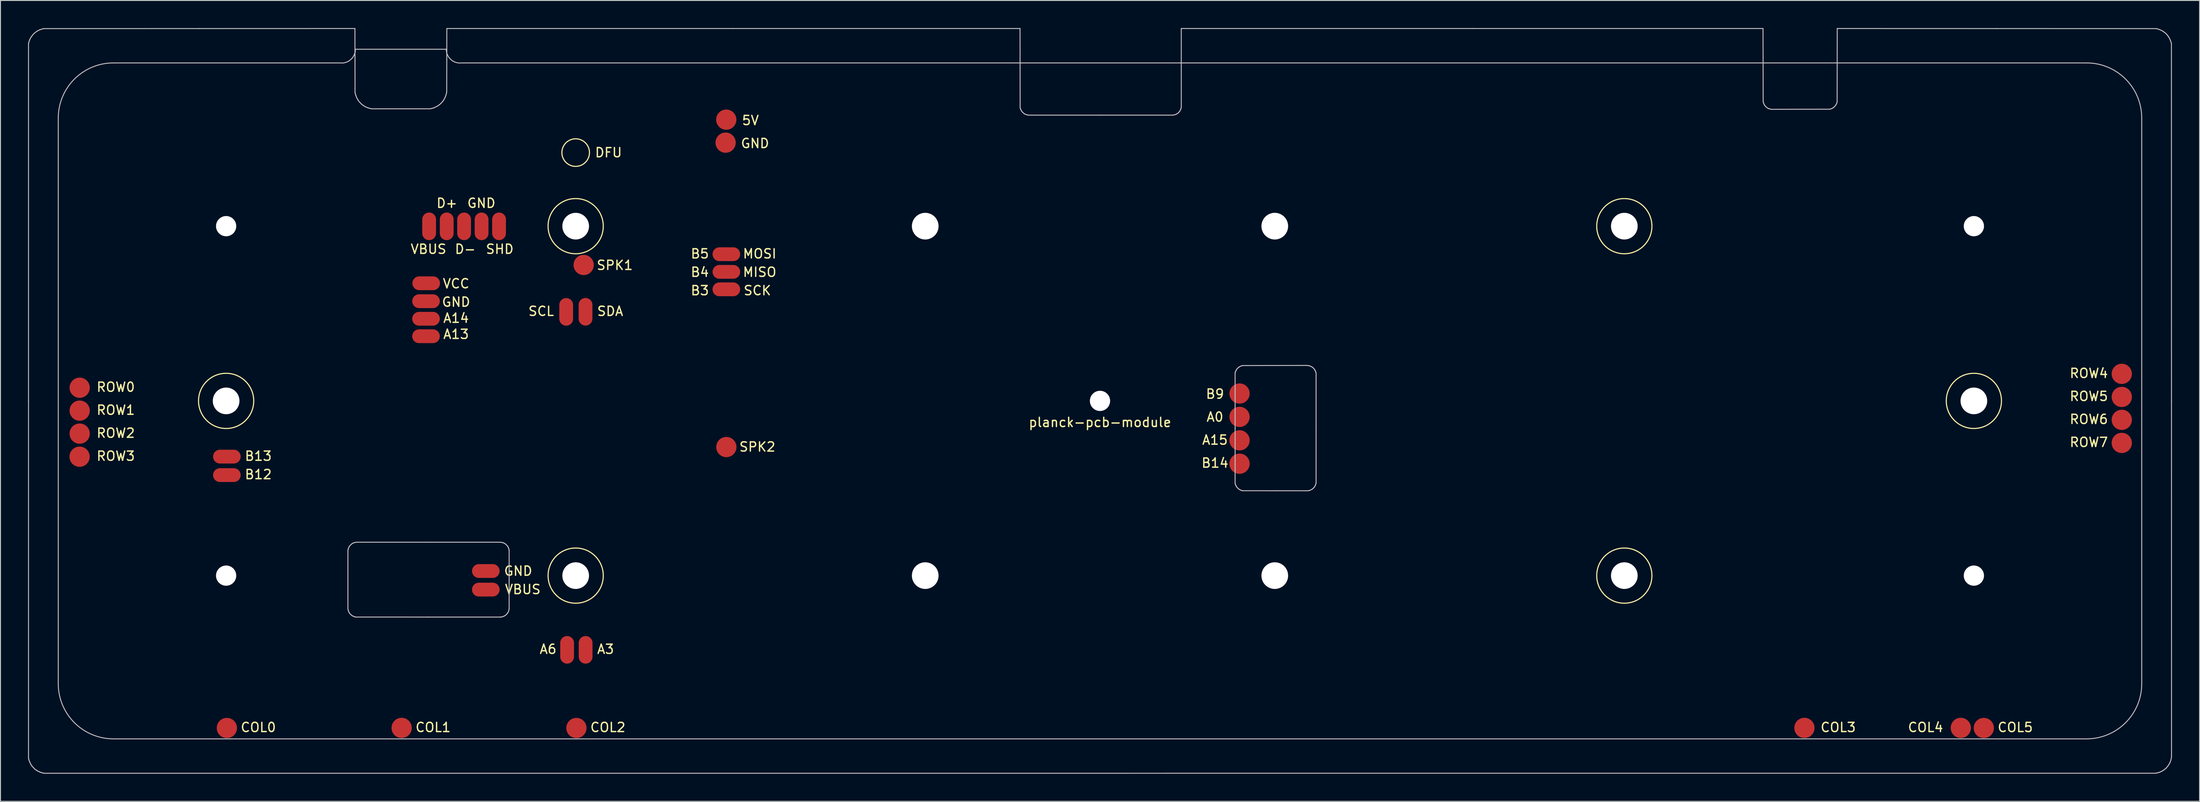
<source format=kicad_pcb>
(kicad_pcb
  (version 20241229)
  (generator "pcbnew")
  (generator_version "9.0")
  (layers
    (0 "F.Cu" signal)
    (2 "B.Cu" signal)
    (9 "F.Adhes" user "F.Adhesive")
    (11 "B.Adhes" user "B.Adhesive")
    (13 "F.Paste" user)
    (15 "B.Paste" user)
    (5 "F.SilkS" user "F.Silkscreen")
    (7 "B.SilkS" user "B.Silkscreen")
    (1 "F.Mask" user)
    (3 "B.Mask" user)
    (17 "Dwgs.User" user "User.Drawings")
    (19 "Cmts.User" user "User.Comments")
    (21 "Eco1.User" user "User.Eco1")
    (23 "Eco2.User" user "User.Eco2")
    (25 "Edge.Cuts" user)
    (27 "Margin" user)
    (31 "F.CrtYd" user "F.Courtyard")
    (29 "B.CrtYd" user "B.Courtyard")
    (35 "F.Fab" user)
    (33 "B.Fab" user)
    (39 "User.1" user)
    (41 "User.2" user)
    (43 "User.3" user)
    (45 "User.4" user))
  (footprint "planck-pcb-module"
    (layer "F.Cu")
    (at 116.533 40.542)
    (property "Reference" "planck-pcb-module" (at 0 2.33 0) (layer "F.SilkS") (effects (font (size 1 1) (thickness 0.15))))
    (attr through_hole)
    (fp_circle (center -95 0) (end -95 3) (stroke (width 0.12) (type solid)) (fill no) (layer "F.SilkS"))
    (fp_circle (center -57 -27) (end -55.5 -27) (stroke (width 0.12) (type solid)) (fill no) (layer "F.SilkS"))
    (fp_circle (center -57 -19) (end -57 -16) (stroke (width 0.12) (type solid)) (fill no) (layer "F.SilkS"))
    (fp_circle (center -57 19) (end -57 22) (stroke (width 0.12) (type solid)) (fill no) (layer "F.SilkS"))
    (fp_circle (center 57 -19) (end 57 -16) (stroke (width 0.12) (type solid)) (fill no) (layer "F.SilkS"))
    (fp_circle (center 57 19) (end 57 22) (stroke (width 0.12) (type solid)) (fill no) (layer "F.SilkS"))
    (fp_circle (center 95 0) (end 95 3) (stroke (width 0.12) (type solid)) (fill no) (layer "F.SilkS"))
    (fp_line (start -57.348 -19.472) (end -56.919 -19.272) (stroke (width 0.1) (type solid)) (layer "B.SilkS"))
    (fp_line (start -57.348 -19.072) (end -56.748 -19.072) (stroke (width 0.1) (type solid)) (layer "B.SilkS"))
    (fp_line (start -56.919 -19.272) (end -57.348 -19.072) (stroke (width 0.1) (type solid)) (layer "B.SilkS"))
    (fp_line (start -56.748 -19.472) (end -57.348 -19.472) (stroke (width 0.1) (type solid)) (layer "B.SilkS"))
    (fp_line (start -56.748 -18.643) (end -57.348 -18.643) (stroke (width 0.1) (type solid)) (layer "B.SilkS"))
    (fp_line (start -116.483 -38.873) (end -116.483 -0.00025) (stroke (width 0.1) (type solid)) (layer "Dwgs.User"))
    (fp_line (start -116.483 -0.00025) (end -116.483 38.872) (stroke (width 0.1) (type solid)) (layer "Dwgs.User"))
    (fp_line (start -116.483 38.872) (end -116.445 39.01) (stroke (width 0.1) (type solid)) (layer "Dwgs.User"))
    (fp_line (start -116.445 39.01) (end -116.406 39.147) (stroke (width 0.1) (type solid)) (layer "Dwgs.User"))
    (fp_line (start -116.424 -39.062) (end -116.483 -38.873) (stroke (width 0.1) (type solid)) (layer "Dwgs.User"))
    (fp_line (start -116.406 39.147) (end -116.314 39.342) (stroke (width 0.1) (type solid)) (layer "Dwgs.User"))
    (fp_line (start -116.365 -39.252) (end -116.424 -39.062) (stroke (width 0.1) (type solid)) (layer "Dwgs.User"))
    (fp_line (start -116.314 39.342) (end -116.223 39.536) (stroke (width 0.1) (type solid)) (layer "Dwgs.User"))
    (fp_line (start -116.281 -39.412) (end -116.365 -39.252) (stroke (width 0.1) (type solid)) (layer "Dwgs.User"))
    (fp_line (start -116.223 39.536) (end -116.153 39.638) (stroke (width 0.1) (type solid)) (layer "Dwgs.User"))
    (fp_line (start -116.198 -39.572) (end -116.281 -39.412) (stroke (width 0.1) (type solid)) (layer "Dwgs.User"))
    (fp_line (start -116.153 39.638) (end -116.084 39.74) (stroke (width 0.1) (type solid)) (layer "Dwgs.User"))
    (fp_line (start -116.084 39.74) (end -115.945 39.885) (stroke (width 0.1) (type solid)) (layer "Dwgs.User"))
    (fp_line (start -116.06 -39.746) (end -116.198 -39.572) (stroke (width 0.1) (type solid)) (layer "Dwgs.User"))
    (fp_line (start -115.945 39.885) (end -115.806 40.031) (stroke (width 0.1) (type solid)) (layer "Dwgs.User"))
    (fp_line (start -115.922 -39.921) (end -116.06 -39.746) (stroke (width 0.1) (type solid)) (layer "Dwgs.User"))
    (fp_line (start -115.806 40.031) (end -115.679 40.121) (stroke (width 0.1) (type solid)) (layer "Dwgs.User"))
    (fp_line (start -115.748 -40.058) (end -115.922 -39.921) (stroke (width 0.1) (type solid)) (layer "Dwgs.User"))
    (fp_line (start -115.679 40.121) (end -115.552 40.211) (stroke (width 0.1) (type solid)) (layer "Dwgs.User"))
    (fp_line (start -115.573 -40.196) (end -115.748 -40.058) (stroke (width 0.1) (type solid)) (layer "Dwgs.User"))
    (fp_line (start -115.552 40.211) (end -115.42 40.278) (stroke (width 0.1) (type solid)) (layer "Dwgs.User"))
    (fp_line (start -115.42 40.278) (end -115.287 40.344) (stroke (width 0.1) (type solid)) (layer "Dwgs.User"))
    (fp_line (start -115.404 -40.28) (end -115.573 -40.196) (stroke (width 0.1) (type solid)) (layer "Dwgs.User"))
    (fp_line (start -115.287 40.344) (end -115.173 40.387) (stroke (width 0.1) (type solid)) (layer "Dwgs.User"))
    (fp_line (start -115.234 -40.363) (end -115.404 -40.28) (stroke (width 0.1) (type solid)) (layer "Dwgs.User"))
    (fp_line (start -115.173 40.387) (end -115.06 40.429) (stroke (width 0.1) (type solid)) (layer "Dwgs.User"))
    (fp_line (start -115.06 40.429) (end -114.914 40.46) (stroke (width 0.1) (type solid)) (layer "Dwgs.User"))
    (fp_line (start -115.044 -40.422) (end -115.234 -40.363) (stroke (width 0.1) (type solid)) (layer "Dwgs.User"))
    (fp_line (start -114.914 40.46) (end -114.769 40.491) (stroke (width 0.1) (type solid)) (layer "Dwgs.User"))
    (fp_line (start -114.853 -40.481) (end -115.044 -40.422) (stroke (width 0.1) (type solid)) (layer "Dwgs.User"))
    (fp_line (start -114.769 40.491) (end -0.003 40.49) (stroke (width 0.1) (type solid)) (layer "Dwgs.User"))
    (fp_line (start -113.25 30.75) (end -113.25 -30.75) (stroke (width 0.1) (type solid)) (layer "Dwgs.User"))
    (fp_line (start -97.926 -40.487) (end -114.853 -40.481) (stroke (width 0.1) (type solid)) (layer "Dwgs.User"))
    (fp_line (start -82.5 -36.75) (end -107.25 -36.75) (stroke (width 0.1) (type solid)) (layer "Dwgs.User"))
    (fp_line (start -81.759 16.283) (end -81.738 16.169) (stroke (width 0.1) (type solid)) (layer "Dwgs.User"))
    (fp_line (start -81.759 19.448) (end -81.759 16.283) (stroke (width 0.1) (type solid)) (layer "Dwgs.User"))
    (fp_line (start -81.759 22.614) (end -81.759 19.448) (stroke (width 0.1) (type solid)) (layer "Dwgs.User"))
    (fp_line (start -81.738 16.169) (end -81.716 16.055) (stroke (width 0.1) (type solid)) (layer "Dwgs.User"))
    (fp_line (start -81.725 22.753) (end -81.759 22.614) (stroke (width 0.1) (type solid)) (layer "Dwgs.User"))
    (fp_line (start -81.716 16.055) (end -81.655 15.925) (stroke (width 0.1) (type solid)) (layer "Dwgs.User"))
    (fp_line (start -81.69 22.891) (end -81.725 22.753) (stroke (width 0.1) (type solid)) (layer "Dwgs.User"))
    (fp_line (start -81.655 15.925) (end -81.594 15.794) (stroke (width 0.1) (type solid)) (layer "Dwgs.User"))
    (fp_line (start -81.629 23) (end -81.69 22.891) (stroke (width 0.1) (type solid)) (layer "Dwgs.User"))
    (fp_line (start -81.594 15.794) (end -81.47 15.67) (stroke (width 0.1) (type solid)) (layer "Dwgs.User"))
    (fp_line (start -81.567 23.109) (end -81.629 23) (stroke (width 0.1) (type solid)) (layer "Dwgs.User"))
    (fp_line (start -81.47 15.67) (end -81.345 15.547) (stroke (width 0.1) (type solid)) (layer "Dwgs.User"))
    (fp_line (start -81.457 23.22) (end -81.567 23.109) (stroke (width 0.1) (type solid)) (layer "Dwgs.User"))
    (fp_line (start -81.347 23.33) (end -81.457 23.22) (stroke (width 0.1) (type solid)) (layer "Dwgs.User"))
    (fp_line (start -81.345 15.547) (end -81.236 15.487) (stroke (width 0.1) (type solid)) (layer "Dwgs.User"))
    (fp_line (start -81.243 23.383) (end -81.347 23.33) (stroke (width 0.1) (type solid)) (layer "Dwgs.User"))
    (fp_line (start -81.236 15.487) (end -81.126 15.428) (stroke (width 0.1) (type solid)) (layer "Dwgs.User"))
    (fp_line (start -81.139 23.435) (end -81.243 23.383) (stroke (width 0.1) (type solid)) (layer "Dwgs.User"))
    (fp_line (start -81.126 15.428) (end -80.982 15.398) (stroke (width 0.1) (type solid)) (layer "Dwgs.User"))
    (fp_line (start -81.042 23.47) (end -81.139 23.435) (stroke (width 0.1) (type solid)) (layer "Dwgs.User"))
    (fp_line (start -80.998 -40.492) (end -97.926 -40.487) (stroke (width 0.1) (type solid)) (layer "Dwgs.User"))
    (fp_line (start -80.992 -37.005) (end -80.998 -40.492) (stroke (width 0.1) (type solid)) (layer "Dwgs.User"))
    (fp_line (start -80.987 -33.518) (end -80.992 -37.005) (stroke (width 0.1) (type solid)) (layer "Dwgs.User"))
    (fp_line (start -80.982 15.398) (end -80.839 15.367) (stroke (width 0.1) (type solid)) (layer "Dwgs.User"))
    (fp_line (start -80.949 -38.236) (end -71.069 -38.236) (stroke (width 0.1) (type solid)) (layer "Dwgs.User"))
    (fp_line (start -80.944 23.505) (end -81.042 23.47) (stroke (width 0.1) (type solid)) (layer "Dwgs.User"))
    (fp_line (start -80.94 -33.354) (end -80.987 -33.518) (stroke (width 0.1) (type solid)) (layer "Dwgs.User"))
    (fp_line (start -80.893 -33.19) (end -80.94 -33.354) (stroke (width 0.1) (type solid)) (layer "Dwgs.User"))
    (fp_line (start -80.841 -33.061) (end -80.893 -33.19) (stroke (width 0.1) (type solid)) (layer "Dwgs.User"))
    (fp_line (start -80.839 15.367) (end -72.996 15.367) (stroke (width 0.1) (type solid)) (layer "Dwgs.User"))
    (fp_line (start -80.789 -32.931) (end -80.841 -33.061) (stroke (width 0.1) (type solid)) (layer "Dwgs.User"))
    (fp_line (start -80.687 -32.761) (end -80.789 -32.931) (stroke (width 0.1) (type solid)) (layer "Dwgs.User"))
    (fp_line (start -80.585 -32.59) (end -80.687 -32.761) (stroke (width 0.1) (type solid)) (layer "Dwgs.User"))
    (fp_line (start -80.421 -32.416) (end -80.585 -32.59) (stroke (width 0.1) (type solid)) (layer "Dwgs.User"))
    (fp_line (start -80.257 -32.243) (end -80.421 -32.416) (stroke (width 0.1) (type solid)) (layer "Dwgs.User"))
    (fp_line (start -80.075 -32.12) (end -80.257 -32.243) (stroke (width 0.1) (type solid)) (layer "Dwgs.User"))
    (fp_line (start -79.894 -31.998) (end -80.075 -32.12) (stroke (width 0.1) (type solid)) (layer "Dwgs.User"))
    (fp_line (start -79.728 -31.927) (end -79.894 -31.998) (stroke (width 0.1) (type solid)) (layer "Dwgs.User"))
    (fp_line (start -79.563 -31.855) (end -79.728 -31.927) (stroke (width 0.1) (type solid)) (layer "Dwgs.User"))
    (fp_line (start -79.386 -31.808) (end -79.563 -31.855) (stroke (width 0.1) (type solid)) (layer "Dwgs.User"))
    (fp_line (start -79.209 -31.761) (end -79.386 -31.808) (stroke (width 0.1) (type solid)) (layer "Dwgs.User"))
    (fp_line (start -76.013 -31.761) (end -79.209 -31.761) (stroke (width 0.1) (type solid)) (layer "Dwgs.User"))
    (fp_line (start -73.081 23.507) (end -80.944 23.505) (stroke (width 0.1) (type solid)) (layer "Dwgs.User"))
    (fp_line (start -72.996 15.367) (end -65.154 15.367) (stroke (width 0.1) (type solid)) (layer "Dwgs.User"))
    (fp_line (start -72.816 -31.761) (end -76.013 -31.761) (stroke (width 0.1) (type solid)) (layer "Dwgs.User"))
    (fp_line (start -72.626 -31.809) (end -72.816 -31.761) (stroke (width 0.1) (type solid)) (layer "Dwgs.User"))
    (fp_line (start -72.435 -31.857) (end -72.626 -31.809) (stroke (width 0.1) (type solid)) (layer "Dwgs.User"))
    (fp_line (start -72.203 -31.971) (end -72.435 -31.857) (stroke (width 0.1) (type solid)) (layer "Dwgs.User"))
    (fp_line (start -71.97 -32.086) (end -72.203 -31.971) (stroke (width 0.1) (type solid)) (layer "Dwgs.User"))
    (fp_line (start -71.811 -32.213) (end -71.97 -32.086) (stroke (width 0.1) (type solid)) (layer "Dwgs.User"))
    (fp_line (start -71.652 -32.341) (end -71.811 -32.213) (stroke (width 0.1) (type solid)) (layer "Dwgs.User"))
    (fp_line (start -71.529 -32.485) (end -71.652 -32.341) (stroke (width 0.1) (type solid)) (layer "Dwgs.User"))
    (fp_line (start -71.405 -32.629) (end -71.529 -32.485) (stroke (width 0.1) (type solid)) (layer "Dwgs.User"))
    (fp_line (start -71.311 -32.787) (end -71.405 -32.629) (stroke (width 0.1) (type solid)) (layer "Dwgs.User"))
    (fp_line (start -71.218 -32.946) (end -71.311 -32.787) (stroke (width 0.1) (type solid)) (layer "Dwgs.User"))
    (fp_line (start -71.156 -33.105) (end -71.218 -32.946) (stroke (width 0.1) (type solid)) (layer "Dwgs.User"))
    (fp_line (start -71.095 -33.264) (end -71.156 -33.105) (stroke (width 0.1) (type solid)) (layer "Dwgs.User"))
    (fp_line (start -71.057 -33.422) (end -71.095 -33.264) (stroke (width 0.1) (type solid)) (layer "Dwgs.User"))
    (fp_line (start -71.019 -33.581) (end -71.057 -33.422) (stroke (width 0.1) (type solid)) (layer "Dwgs.User"))
    (fp_line (start -71.012 -37.037) (end -71.019 -33.581) (stroke (width 0.1) (type solid)) (layer "Dwgs.User"))
    (fp_line (start -71.006 -40.492) (end -71.012 -37.037) (stroke (width 0.1) (type solid)) (layer "Dwgs.User"))
    (fp_line (start -69.5 -36.75) (end 107.25 -36.75) (stroke (width 0.1) (type solid)) (layer "Dwgs.User"))
    (fp_line (start -65.218 23.509) (end -73.081 23.507) (stroke (width 0.1) (type solid)) (layer "Dwgs.User"))
    (fp_line (start -65.154 15.367) (end -65.011 15.398) (stroke (width 0.1) (type solid)) (layer "Dwgs.User"))
    (fp_line (start -65.143 23.502) (end -65.218 23.509) (stroke (width 0.1) (type solid)) (layer "Dwgs.User"))
    (fp_line (start -65.069 23.494) (end -65.143 23.502) (stroke (width 0.1) (type solid)) (layer "Dwgs.User"))
    (fp_line (start -65.011 15.398) (end -64.867 15.428) (stroke (width 0.1) (type solid)) (layer "Dwgs.User"))
    (fp_line (start -64.974 23.47) (end -65.069 23.494) (stroke (width 0.1) (type solid)) (layer "Dwgs.User"))
    (fp_line (start -64.879 23.446) (end -64.974 23.47) (stroke (width 0.1) (type solid)) (layer "Dwgs.User"))
    (fp_line (start -64.867 15.428) (end -64.757 15.487) (stroke (width 0.1) (type solid)) (layer "Dwgs.User"))
    (fp_line (start -64.762 23.388) (end -64.879 23.446) (stroke (width 0.1) (type solid)) (layer "Dwgs.User"))
    (fp_line (start -64.757 15.487) (end -64.647 15.547) (stroke (width 0.1) (type solid)) (layer "Dwgs.User"))
    (fp_line (start -64.647 15.547) (end -64.523 15.67) (stroke (width 0.1) (type solid)) (layer "Dwgs.User"))
    (fp_line (start -64.646 23.33) (end -64.762 23.388) (stroke (width 0.1) (type solid)) (layer "Dwgs.User"))
    (fp_line (start -64.537 23.223) (end -64.646 23.33) (stroke (width 0.1) (type solid)) (layer "Dwgs.User"))
    (fp_line (start -64.523 15.67) (end -64.398 15.794) (stroke (width 0.1) (type solid)) (layer "Dwgs.User"))
    (fp_line (start -64.428 23.115) (end -64.537 23.223) (stroke (width 0.1) (type solid)) (layer "Dwgs.User"))
    (fp_line (start -64.398 15.794) (end -64.338 15.925) (stroke (width 0.1) (type solid)) (layer "Dwgs.User"))
    (fp_line (start -64.363 23.002) (end -64.428 23.115) (stroke (width 0.1) (type solid)) (layer "Dwgs.User"))
    (fp_line (start -64.338 15.925) (end -64.277 16.055) (stroke (width 0.1) (type solid)) (layer "Dwgs.User"))
    (fp_line (start -64.298 22.889) (end -64.363 23.002) (stroke (width 0.1) (type solid)) (layer "Dwgs.User"))
    (fp_line (start -64.277 16.055) (end -64.255 16.169) (stroke (width 0.1) (type solid)) (layer "Dwgs.User"))
    (fp_line (start -64.266 22.752) (end -64.298 22.889) (stroke (width 0.1) (type solid)) (layer "Dwgs.User"))
    (fp_line (start -64.255 16.169) (end -64.233 16.283) (stroke (width 0.1) (type solid)) (layer "Dwgs.User"))
    (fp_line (start -64.234 19.45) (end -64.234 22.616) (stroke (width 0.1) (type solid)) (layer "Dwgs.User"))
    (fp_line (start -64.234 22.616) (end -64.266 22.752) (stroke (width 0.1) (type solid)) (layer "Dwgs.User"))
    (fp_line (start -64.233 16.283) (end -64.234 19.45) (stroke (width 0.1) (type solid)) (layer "Dwgs.User"))
    (fp_line (start -39.849 -40.492) (end -71.006 -40.492) (stroke (width 0.1) (type solid)) (layer "Dwgs.User"))
    (fp_line (start -8.693 -40.492) (end -39.849 -40.492) (stroke (width 0.1) (type solid)) (layer "Dwgs.User"))
    (fp_line (start -8.687 -36.179) (end -8.693 -40.492) (stroke (width 0.1) (type solid)) (layer "Dwgs.User"))
    (fp_line (start -8.681 -31.867) (end -8.687 -36.179) (stroke (width 0.1) (type solid)) (layer "Dwgs.User"))
    (fp_line (start -8.642 -31.764) (end -8.681 -31.867) (stroke (width 0.1) (type solid)) (layer "Dwgs.User"))
    (fp_line (start -8.602 -31.661) (end -8.642 -31.764) (stroke (width 0.1) (type solid)) (layer "Dwgs.User"))
    (fp_line (start -8.548 -31.565) (end -8.602 -31.661) (stroke (width 0.1) (type solid)) (layer "Dwgs.User"))
    (fp_line (start -8.495 -31.469) (end -8.548 -31.565) (stroke (width 0.1) (type solid)) (layer "Dwgs.User"))
    (fp_line (start -8.384 -31.36) (end -8.495 -31.469) (stroke (width 0.1) (type solid)) (layer "Dwgs.User"))
    (fp_line (start -8.274 -31.252) (end -8.384 -31.36) (stroke (width 0.1) (type solid)) (layer "Dwgs.User"))
    (fp_line (start -8.169 -31.195) (end -8.274 -31.252) (stroke (width 0.1) (type solid)) (layer "Dwgs.User"))
    (fp_line (start -8.064 -31.138) (end -8.169 -31.195) (stroke (width 0.1) (type solid)) (layer "Dwgs.User"))
    (fp_line (start -7.928 -31.106) (end -8.064 -31.138) (stroke (width 0.1) (type solid)) (layer "Dwgs.User"))
    (fp_line (start -7.792 -31.074) (end -7.928 -31.106) (stroke (width 0.1) (type solid)) (layer "Dwgs.User"))
    (fp_line (start -0.003 40.49) (end 114.763 40.488) (stroke (width 0.1) (type solid)) (layer "Dwgs.User"))
    (fp_line (start 0.083 -31.073) (end -7.792 -31.074) (stroke (width 0.1) (type solid)) (layer "Dwgs.User"))
    (fp_line (start 7.958 -31.073) (end 0.083 -31.073) (stroke (width 0.1) (type solid)) (layer "Dwgs.User"))
    (fp_line (start 8.105 -31.112) (end 7.958 -31.073) (stroke (width 0.1) (type solid)) (layer "Dwgs.User"))
    (fp_line (start 8.252 -31.152) (end 8.105 -31.112) (stroke (width 0.1) (type solid)) (layer "Dwgs.User"))
    (fp_line (start 8.346 -31.206) (end 8.252 -31.152) (stroke (width 0.1) (type solid)) (layer "Dwgs.User"))
    (fp_line (start 8.44 -31.261) (end 8.346 -31.206) (stroke (width 0.1) (type solid)) (layer "Dwgs.User"))
    (fp_line (start 8.543 -31.362) (end 8.44 -31.261) (stroke (width 0.1) (type solid)) (layer "Dwgs.User"))
    (fp_line (start 8.645 -31.462) (end 8.543 -31.362) (stroke (width 0.1) (type solid)) (layer "Dwgs.User"))
    (fp_line (start 8.706 -31.569) (end 8.645 -31.462) (stroke (width 0.1) (type solid)) (layer "Dwgs.User"))
    (fp_line (start 8.767 -31.676) (end 8.706 -31.569) (stroke (width 0.1) (type solid)) (layer "Dwgs.User"))
    (fp_line (start 8.8 -31.791) (end 8.767 -31.676) (stroke (width 0.1) (type solid)) (layer "Dwgs.User"))
    (fp_line (start 8.834 -40.492) (end 8.834 -36.199) (stroke (width 0.1) (type solid)) (layer "Dwgs.User"))
    (fp_line (start 8.834 -36.199) (end 8.834 -31.906) (stroke (width 0.1) (type solid)) (layer "Dwgs.User"))
    (fp_line (start 8.834 -31.906) (end 8.8 -31.791) (stroke (width 0.1) (type solid)) (layer "Dwgs.User"))
    (fp_line (start 14.687 -3.038) (end 14.726 -3.15) (stroke (width 0.1) (type solid)) (layer "Dwgs.User"))
    (fp_line (start 14.687 2.963) (end 14.687 -3.038) (stroke (width 0.1) (type solid)) (layer "Dwgs.User"))
    (fp_line (start 14.687 8.964) (end 14.687 2.963) (stroke (width 0.1) (type solid)) (layer "Dwgs.User"))
    (fp_line (start 14.726 -3.15) (end 14.765 -3.262) (stroke (width 0.1) (type solid)) (layer "Dwgs.User"))
    (fp_line (start 14.726 9.076) (end 14.687 8.964) (stroke (width 0.1) (type solid)) (layer "Dwgs.User"))
    (fp_line (start 14.765 -3.262) (end 14.818 -3.358) (stroke (width 0.1) (type solid)) (layer "Dwgs.User"))
    (fp_line (start 14.765 9.188) (end 14.726 9.076) (stroke (width 0.1) (type solid)) (layer "Dwgs.User"))
    (fp_line (start 14.818 -3.358) (end 14.872 -3.454) (stroke (width 0.1) (type solid)) (layer "Dwgs.User"))
    (fp_line (start 14.818 9.284) (end 14.765 9.188) (stroke (width 0.1) (type solid)) (layer "Dwgs.User"))
    (fp_line (start 14.872 -3.454) (end 14.973 -3.555) (stroke (width 0.1) (type solid)) (layer "Dwgs.User"))
    (fp_line (start 14.872 9.38) (end 14.818 9.284) (stroke (width 0.1) (type solid)) (layer "Dwgs.User"))
    (fp_line (start 14.973 -3.555) (end 15.075 -3.656) (stroke (width 0.1) (type solid)) (layer "Dwgs.User"))
    (fp_line (start 14.973 9.481) (end 14.872 9.38) (stroke (width 0.1) (type solid)) (layer "Dwgs.User"))
    (fp_line (start 15.075 -3.656) (end 15.169 -3.709) (stroke (width 0.1) (type solid)) (layer "Dwgs.User"))
    (fp_line (start 15.075 9.583) (end 14.973 9.481) (stroke (width 0.1) (type solid)) (layer "Dwgs.User"))
    (fp_line (start 15.169 -3.709) (end 15.264 -3.762) (stroke (width 0.1) (type solid)) (layer "Dwgs.User"))
    (fp_line (start 15.169 9.636) (end 15.075 9.583) (stroke (width 0.1) (type solid)) (layer "Dwgs.User"))
    (fp_line (start 15.264 -3.762) (end 15.367 -3.802) (stroke (width 0.1) (type solid)) (layer "Dwgs.User"))
    (fp_line (start 15.264 9.689) (end 15.169 9.636) (stroke (width 0.1) (type solid)) (layer "Dwgs.User"))
    (fp_line (start 15.367 -3.802) (end 15.47 -3.842) (stroke (width 0.1) (type solid)) (layer "Dwgs.User"))
    (fp_line (start 15.367 9.728) (end 15.264 9.689) (stroke (width 0.1) (type solid)) (layer "Dwgs.User"))
    (fp_line (start 15.47 -3.842) (end 18.994 -3.848) (stroke (width 0.1) (type solid)) (layer "Dwgs.User"))
    (fp_line (start 15.47 9.768) (end 15.367 9.728) (stroke (width 0.1) (type solid)) (layer "Dwgs.User"))
    (fp_line (start 18.994 -3.848) (end 22.519 -3.854) (stroke (width 0.1) (type solid)) (layer "Dwgs.User"))
    (fp_line (start 19.026 9.771) (end 15.47 9.768) (stroke (width 0.1) (type solid)) (layer "Dwgs.User"))
    (fp_line (start 22.519 -3.854) (end 22.654 -3.833) (stroke (width 0.1) (type solid)) (layer "Dwgs.User"))
    (fp_line (start 22.582 9.774) (end 19.026 9.771) (stroke (width 0.1) (type solid)) (layer "Dwgs.User"))
    (fp_line (start 22.654 -3.833) (end 22.789 -3.812) (stroke (width 0.1) (type solid)) (layer "Dwgs.User"))
    (fp_line (start 22.687 9.756) (end 22.582 9.774) (stroke (width 0.1) (type solid)) (layer "Dwgs.User"))
    (fp_line (start 22.789 -3.812) (end 22.94 -3.74) (stroke (width 0.1) (type solid)) (layer "Dwgs.User"))
    (fp_line (start 22.792 9.739) (end 22.687 9.756) (stroke (width 0.1) (type solid)) (layer "Dwgs.User"))
    (fp_line (start 22.94 -3.74) (end 23.09 -3.668) (stroke (width 0.1) (type solid)) (layer "Dwgs.User"))
    (fp_line (start 22.942 9.664) (end 22.792 9.739) (stroke (width 0.1) (type solid)) (layer "Dwgs.User"))
    (fp_line (start 23.09 -3.668) (end 23.198 -3.559) (stroke (width 0.1) (type solid)) (layer "Dwgs.User"))
    (fp_line (start 23.092 9.59) (end 22.942 9.664) (stroke (width 0.1) (type solid)) (layer "Dwgs.User"))
    (fp_line (start 23.197 9.484) (end 23.092 9.59) (stroke (width 0.1) (type solid)) (layer "Dwgs.User"))
    (fp_line (start 23.198 -3.559) (end 23.307 -3.45) (stroke (width 0.1) (type solid)) (layer "Dwgs.User"))
    (fp_line (start 23.302 9.377) (end 23.197 9.484) (stroke (width 0.1) (type solid)) (layer "Dwgs.User"))
    (fp_line (start 23.307 -3.45) (end 23.37 -3.329) (stroke (width 0.1) (type solid)) (layer "Dwgs.User"))
    (fp_line (start 23.36 9.276) (end 23.302 9.377) (stroke (width 0.1) (type solid)) (layer "Dwgs.User"))
    (fp_line (start 23.37 -3.329) (end 23.433 -3.207) (stroke (width 0.1) (type solid)) (layer "Dwgs.User"))
    (fp_line (start 23.418 9.175) (end 23.36 9.276) (stroke (width 0.1) (type solid)) (layer "Dwgs.User"))
    (fp_line (start 23.433 -3.207) (end 23.463 -3.101) (stroke (width 0.1) (type solid)) (layer "Dwgs.User"))
    (fp_line (start 23.455 9.059) (end 23.418 9.175) (stroke (width 0.1) (type solid)) (layer "Dwgs.User"))
    (fp_line (start 23.463 -3.101) (end 23.492 -2.995) (stroke (width 0.1) (type solid)) (layer "Dwgs.User"))
    (fp_line (start 23.492 -2.995) (end 23.492 2.974) (stroke (width 0.1) (type solid)) (layer "Dwgs.User"))
    (fp_line (start 23.492 2.974) (end 23.492 8.943) (stroke (width 0.1) (type solid)) (layer "Dwgs.User"))
    (fp_line (start 23.492 8.943) (end 23.455 9.059) (stroke (width 0.1) (type solid)) (layer "Dwgs.User"))
    (fp_line (start 40.457 -40.492) (end 8.834 -40.492) (stroke (width 0.1) (type solid)) (layer "Dwgs.User"))
    (fp_line (start 72.079 -40.492) (end 40.457 -40.492) (stroke (width 0.1) (type solid)) (layer "Dwgs.User"))
    (fp_line (start 72.086 -36.507) (end 72.079 -40.492) (stroke (width 0.1) (type solid)) (layer "Dwgs.User"))
    (fp_line (start 72.092 -32.523) (end 72.086 -36.507) (stroke (width 0.1) (type solid)) (layer "Dwgs.User"))
    (fp_line (start 72.127 -32.425) (end 72.092 -32.523) (stroke (width 0.1) (type solid)) (layer "Dwgs.User"))
    (fp_line (start 72.161 -32.328) (end 72.127 -32.425) (stroke (width 0.1) (type solid)) (layer "Dwgs.User"))
    (fp_line (start 72.214 -32.224) (end 72.161 -32.328) (stroke (width 0.1) (type solid)) (layer "Dwgs.User"))
    (fp_line (start 72.266 -32.12) (end 72.214 -32.224) (stroke (width 0.1) (type solid)) (layer "Dwgs.User"))
    (fp_line (start 72.374 -32.011) (end 72.266 -32.12) (stroke (width 0.1) (type solid)) (layer "Dwgs.User"))
    (fp_line (start 72.481 -31.902) (end 72.374 -32.011) (stroke (width 0.1) (type solid)) (layer "Dwgs.User"))
    (fp_line (start 72.594 -31.837) (end 72.481 -31.902) (stroke (width 0.1) (type solid)) (layer "Dwgs.User"))
    (fp_line (start 72.708 -31.773) (end 72.594 -31.837) (stroke (width 0.1) (type solid)) (layer "Dwgs.User"))
    (fp_line (start 72.849 -31.74) (end 72.708 -31.773) (stroke (width 0.1) (type solid)) (layer "Dwgs.User"))
    (fp_line (start 72.99 -31.707) (end 72.849 -31.74) (stroke (width 0.1) (type solid)) (layer "Dwgs.User"))
    (fp_line (start 76.181 -31.713) (end 72.99 -31.707) (stroke (width 0.1) (type solid)) (layer "Dwgs.User"))
    (fp_line (start 79.372 -31.718) (end 76.181 -31.713) (stroke (width 0.1) (type solid)) (layer "Dwgs.User"))
    (fp_line (start 79.496 -31.768) (end 79.372 -31.718) (stroke (width 0.1) (type solid)) (layer "Dwgs.User"))
    (fp_line (start 79.619 -31.818) (end 79.496 -31.768) (stroke (width 0.1) (type solid)) (layer "Dwgs.User"))
    (fp_line (start 79.749 -31.916) (end 79.619 -31.818) (stroke (width 0.1) (type solid)) (layer "Dwgs.User"))
    (fp_line (start 79.878 -32.015) (end 79.749 -31.916) (stroke (width 0.1) (type solid)) (layer "Dwgs.User"))
    (fp_line (start 79.969 -32.15) (end 79.878 -32.015) (stroke (width 0.1) (type solid)) (layer "Dwgs.User"))
    (fp_line (start 80.059 -32.285) (end 79.969 -32.15) (stroke (width 0.1) (type solid)) (layer "Dwgs.User"))
    (fp_line (start 80.096 -32.393) (end 80.059 -32.285) (stroke (width 0.1) (type solid)) (layer "Dwgs.User"))
    (fp_line (start 80.133 -32.502) (end 80.096 -32.393) (stroke (width 0.1) (type solid)) (layer "Dwgs.User"))
    (fp_line (start 80.139 -36.497) (end 80.133 -32.502) (stroke (width 0.1) (type solid)) (layer "Dwgs.User"))
    (fp_line (start 80.146 -40.492) (end 80.139 -36.497) (stroke (width 0.1) (type solid)) (layer "Dwgs.User"))
    (fp_line (start 97.486 -40.487) (end 80.146 -40.492) (stroke (width 0.1) (type solid)) (layer "Dwgs.User"))
    (fp_line (start 107.25 36.75) (end -107.25 36.75) (stroke (width 0.1) (type solid)) (layer "Dwgs.User"))
    (fp_line (start 113.25 -30.75) (end 113.25 30.75) (stroke (width 0.1) (type solid)) (layer "Dwgs.User"))
    (fp_line (start 114.763 40.488) (end 114.898 40.459) (stroke (width 0.1) (type solid)) (layer "Dwgs.User"))
    (fp_line (start 114.826 -40.481) (end 97.486 -40.487) (stroke (width 0.1) (type solid)) (layer "Dwgs.User"))
    (fp_line (start 114.898 40.459) (end 115.033 40.43) (stroke (width 0.1) (type solid)) (layer "Dwgs.User"))
    (fp_line (start 114.996 -40.434) (end 114.826 -40.481) (stroke (width 0.1) (type solid)) (layer "Dwgs.User"))
    (fp_line (start 115.033 40.43) (end 115.142 40.394) (stroke (width 0.1) (type solid)) (layer "Dwgs.User"))
    (fp_line (start 115.142 40.394) (end 115.25 40.359) (stroke (width 0.1) (type solid)) (layer "Dwgs.User"))
    (fp_line (start 115.165 -40.386) (end 114.996 -40.434) (stroke (width 0.1) (type solid)) (layer "Dwgs.User"))
    (fp_line (start 115.25 40.359) (end 115.377 40.295) (stroke (width 0.1) (type solid)) (layer "Dwgs.User"))
    (fp_line (start 115.344 -40.301) (end 115.165 -40.386) (stroke (width 0.1) (type solid)) (layer "Dwgs.User"))
    (fp_line (start 115.377 40.295) (end 115.504 40.232) (stroke (width 0.1) (type solid)) (layer "Dwgs.User"))
    (fp_line (start 115.504 40.232) (end 115.599 40.168) (stroke (width 0.1) (type solid)) (layer "Dwgs.User"))
    (fp_line (start 115.522 -40.215) (end 115.344 -40.301) (stroke (width 0.1) (type solid)) (layer "Dwgs.User"))
    (fp_line (start 115.599 40.168) (end 115.694 40.104) (stroke (width 0.1) (type solid)) (layer "Dwgs.User"))
    (fp_line (start 115.65 -40.123) (end 115.522 -40.215) (stroke (width 0.1) (type solid)) (layer "Dwgs.User"))
    (fp_line (start 115.694 40.104) (end 115.809 40.008) (stroke (width 0.1) (type solid)) (layer "Dwgs.User"))
    (fp_line (start 115.779 -40.032) (end 115.65 -40.123) (stroke (width 0.1) (type solid)) (layer "Dwgs.User"))
    (fp_line (start 115.809 40.008) (end 115.923 39.911) (stroke (width 0.1) (type solid)) (layer "Dwgs.User"))
    (fp_line (start 115.893 -39.919) (end 115.779 -40.032) (stroke (width 0.1) (type solid)) (layer "Dwgs.User"))
    (fp_line (start 115.923 39.911) (end 116.046 39.757) (stroke (width 0.1) (type solid)) (layer "Dwgs.User"))
    (fp_line (start 116.008 -39.806) (end 115.893 -39.919) (stroke (width 0.1) (type solid)) (layer "Dwgs.User"))
    (fp_line (start 116.046 39.757) (end 116.169 39.602) (stroke (width 0.1) (type solid)) (layer "Dwgs.User"))
    (fp_line (start 116.102 -39.678) (end 116.008 -39.806) (stroke (width 0.1) (type solid)) (layer "Dwgs.User"))
    (fp_line (start 116.169 39.602) (end 116.244 39.467) (stroke (width 0.1) (type solid)) (layer "Dwgs.User"))
    (fp_line (start 116.196 -39.55) (end 116.102 -39.678) (stroke (width 0.1) (type solid)) (layer "Dwgs.User"))
    (fp_line (start 116.244 39.467) (end 116.32 39.332) (stroke (width 0.1) (type solid)) (layer "Dwgs.User"))
    (fp_line (start 116.279 -39.387) (end 116.196 -39.55) (stroke (width 0.1) (type solid)) (layer "Dwgs.User"))
    (fp_line (start 116.32 39.332) (end 116.37 39.187) (stroke (width 0.1) (type solid)) (layer "Dwgs.User"))
    (fp_line (start 116.361 -39.223) (end 116.279 -39.387) (stroke (width 0.1) (type solid)) (layer "Dwgs.User"))
    (fp_line (start 116.37 39.187) (end 116.421 39.042) (stroke (width 0.1) (type solid)) (layer "Dwgs.User"))
    (fp_line (start 116.419 -39.038) (end 116.361 -39.223) (stroke (width 0.1) (type solid)) (layer "Dwgs.User"))
    (fp_line (start 116.421 39.042) (end 116.455 38.872) (stroke (width 0.1) (type solid)) (layer "Dwgs.User"))
    (fp_line (start 116.455 38.872) (end 116.489 38.703) (stroke (width 0.1) (type solid)) (layer "Dwgs.User"))
    (fp_line (start 116.477 -38.852) (end 116.419 -39.038) (stroke (width 0.1) (type solid)) (layer "Dwgs.User"))
    (fp_line (start 116.483 -0.074) (end 116.477 -38.852) (stroke (width 0.1) (type solid)) (layer "Dwgs.User"))
    (fp_line (start 116.489 38.703) (end 116.483 -0.074) (stroke (width 0.1) (type solid)) (layer "Dwgs.User"))
    (fp_arc (start -113.25 -30.75) (mid -111.492641 -34.992641) (end -107.25 -36.75) (stroke (width 0.1) (type solid)) (layer "Dwgs.User"))
    (fp_arc (start -107.25 36.75) (mid -111.492641 34.992641) (end -113.25 30.75) (stroke (width 0.1) (type solid)) (layer "Dwgs.User"))
    (fp_arc (start -80.949 -38.236) (mid -81.38834 -37.17534) (end -82.449 -36.736) (stroke (width 0.1) (type solid)) (layer "Dwgs.User"))
    (fp_arc (start -69.569 -36.736) (mid -70.62966 -37.17534) (end -71.069 -38.236) (stroke (width 0.1) (type solid)) (layer "Dwgs.User"))
    (fp_arc (start 107.25 -36.75) (mid 111.492641 -34.992641) (end 113.25 -30.75) (stroke (width 0.1) (type solid)) (layer "Dwgs.User"))
    (fp_arc (start 113.25 30.75) (mid 111.492641 34.992641) (end 107.25 36.75) (stroke (width 0.1) (type solid)) (layer "Dwgs.User"))
    (fp_text user "ROW6" (at 107.5 2 0) (layer "F.SilkS") (effects (font (size 1 1) (thickness 0.15))))
    (fp_text user "ROW4" (at 107.5 -3 0) (layer "F.SilkS") (effects (font (size 1 1) (thickness 0.15))))
    (fp_text user "B13" (at -91.5 6 0) (layer "F.SilkS") (effects (font (size 1 1) (thickness 0.15))))
    (fp_text user "ROW1" (at -107 1 0) (layer "F.SilkS") (effects (font (size 1 1) (thickness 0.15))))
    (fp_text user "SCL" (at -60.75 -9.75 0) (layer "F.SilkS") (effects (font (size 1 1) (thickness 0.15))))
    (fp_text user "COL5" (at 99.5 35.5 0) (layer "F.SilkS") (effects (font (size 1 1) (thickness 0.15))))
    (fp_text user "VBUS" (at -73 -16.5 0) (layer "F.SilkS") (effects (font (size 1 1) (thickness 0.15))))
    (fp_text user "A6" (at -60 27 0) (layer "F.SilkS") (effects (font (size 1 1) (thickness 0.15))))
    (fp_text user "COL1" (at -72.5 35.5 0) (layer "F.SilkS") (effects (font (size 1 1) (thickness 0.15))))
    (fp_text user "SDA" (at -53.25 -9.75 0) (layer "F.SilkS") (effects (font (size 1 1) (thickness 0.15))))
    (fp_text user "VBUS" (at -62.75 20.5 0) (layer "F.SilkS") (effects (font (size 1 1) (thickness 0.15))))
    (fp_text user "SCK" (at -37.25 -12 0) (layer "F.SilkS") (effects (font (size 1 1) (thickness 0.15))))
    (fp_text user "A14" (at -70 -9 0) (layer "F.SilkS") (effects (font (size 1 1) (thickness 0.15))))
    (fp_text user "B4" (at -43.5 -14 0) (layer "F.SilkS") (effects (font (size 1 1) (thickness 0.15))))
    (fp_text user "DFU" (at -53.43 -27 0) (layer "F.SilkS") (effects (font (size 1 1) (thickness 0.15))))
    (fp_text user "5V" (at -38 -30.5 0) (layer "F.SilkS") (effects (font (size 1 1) (thickness 0.15))))
    (fp_text user "SPK2" (at -37.25 5 0) (layer "F.SilkS") (effects (font (size 1 1) (thickness 0.15))))
    (fp_text user "A0" (at 12.5 1.75 0) (layer "F.SilkS") (effects (font (size 1 1) (thickness 0.15))))
    (fp_text user "ROW5" (at 107.5 -0.5 0) (layer "F.SilkS") (effects (font (size 1 1) (thickness 0.15))))
    (fp_text user "COL3" (at 80.25 35.5 0) (layer "F.SilkS") (effects (font (size 1 1) (thickness 0.15))))
    (fp_text user "COL4" (at 89.75 35.5 0) (layer "F.SilkS") (effects (font (size 1 1) (thickness 0.15))))
    (fp_text user "A13" (at -70 -7.25 0) (layer "F.SilkS") (effects (font (size 1 1) (thickness 0.15))))
    (fp_text user "ROW0" (at -107 -1.5 0) (layer "F.SilkS") (effects (font (size 1 1) (thickness 0.15))))
    (fp_text user "COL0" (at -91.5 35.5 0) (layer "F.SilkS") (effects (font (size 1 1) (thickness 0.15))))
    (fp_text user "B12" (at -91.5 8 0) (layer "F.SilkS") (effects (font (size 1 1) (thickness 0.15))))
    (fp_text user "ROW3" (at -107 6 0) (layer "F.SilkS") (effects (font (size 1 1) (thickness 0.15))))
    (fp_text user "B9" (at 12.5 -0.75 0) (layer "F.SilkS") (effects (font (size 1 1) (thickness 0.15))))
    (fp_text user "GND" (at -67.25 -21.5 180) (layer "F.SilkS") (effects (font (size 1 1) (thickness 0.15))))
    (fp_text user "A3" (at -53.75 27 0) (layer "F.SilkS") (effects (font (size 1 1) (thickness 0.15))))
    (fp_text user "MOSI" (at -37 -16 0) (layer "F.SilkS") (effects (font (size 1 1) (thickness 0.15))))
    (fp_text user "GND" (at -37.5 -28 0) (layer "F.SilkS") (effects (font (size 1 1) (thickness 0.15))))
    (fp_text user "SPK1" (at -52.75 -14.75 0) (layer "F.SilkS") (effects (font (size 1 1) (thickness 0.15))))
    (fp_text user "A15" (at 12.5 4.25 0) (layer "F.SilkS") (effects (font (size 1 1) (thickness 0.15))))
    (fp_text user "D+" (at -71 -21.5 180) (layer "F.SilkS") (effects (font (size 1 1) (thickness 0.15))))
    (fp_text user "B14" (at 12.5 6.75 0) (layer "F.SilkS") (effects (font (size 1 1) (thickness 0.15))))
    (fp_text user "B3" (at -43.5 -12 0) (layer "F.SilkS") (effects (font (size 1 1) (thickness 0.15))))
    (fp_text user "ROW2" (at -107 3.5 0) (layer "F.SilkS") (effects (font (size 1 1) (thickness 0.15))))
    (fp_text user "D-" (at -69 -16.5 180) (layer "F.SilkS") (effects (font (size 1 1) (thickness 0.15))))
    (fp_text user "GND" (at -63.25 18.5 0) (layer "F.SilkS") (effects (font (size 1 1) (thickness 0.15))))
    (fp_text user "GND" (at -70 -10.75 0) (layer "F.SilkS") (effects (font (size 1 1) (thickness 0.15))))
    (fp_text user "MISO" (at -37 -14 0) (layer "F.SilkS") (effects (font (size 1 1) (thickness 0.15))))
    (fp_text user "ROW7" (at 107.5 4.5 0) (layer "F.SilkS") (effects (font (size 1 1) (thickness 0.15))))
    (fp_text user "B5" (at -43.5 -16 0) (layer "F.SilkS") (effects (font (size 1 1) (thickness 0.15))))
    (fp_text user "SHD" (at -65.25 -16.5 180) (layer "F.SilkS") (effects (font (size 1 1) (thickness 0.15))))
    (fp_text user "COL2" (at -53.5 35.5 0) (layer "F.SilkS") (effects (font (size 1 1) (thickness 0.15))))
    (fp_text user "VCC" (at -70 -12.75 0) (layer "F.SilkS") (effects (font (size 1 1) (thickness 0.15))))
    (pad "" np_thru_hole circle (at -95 -19) (size 2.2 2.2) (drill 2.2) (layers "*.Cu" "*.Mask"))
    (pad "" np_thru_hole circle (at -95 0) (size 2.9 2.9) (drill 2.9) (layers "*.Cu" "*.Mask"))
    (pad "" np_thru_hole circle (at -95 19) (size 2.2 2.2) (drill 2.2) (layers "*.Cu" "*.Mask"))
    (pad "" np_thru_hole circle (at -57 -19) (size 2.9 2.9) (drill 2.9) (layers "*.Cu" "*.Mask"))
    (pad "" np_thru_hole circle (at -57 19) (size 2.9 2.9) (drill 2.9) (layers "*.Cu" "*.Mask"))
    (pad "" np_thru_hole circle (at -19 -19) (size 2.9 2.9) (drill 2.9) (layers "*.Cu" "*.Mask"))
    (pad "" np_thru_hole circle (at -19 19) (size 2.9 2.9) (drill 2.9) (layers "*.Cu" "*.Mask"))
    (pad "" np_thru_hole circle (at 0 0) (size 2.2 2.2) (drill 2.2) (layers "*.Cu" "*.Mask"))
    (pad "" np_thru_hole circle (at 19 -19) (size 2.9 2.9) (drill 2.9) (layers "*.Cu" "*.Mask"))
    (pad "" np_thru_hole circle (at 19 19) (size 2.9 2.9) (drill 2.9) (layers "*.Cu" "*.Mask"))
    (pad "" np_thru_hole circle (at 57 -19) (size 2.9 2.9) (drill 2.9) (layers "*.Cu" "*.Mask"))
    (pad "" np_thru_hole circle (at 57 19) (size 2.9 2.9) (drill 2.9) (layers "*.Cu" "*.Mask"))
    (pad "" np_thru_hole circle (at 95 -19) (size 2.2 2.2) (drill 2.2) (layers "*.Cu" "*.Mask"))
    (pad "" np_thru_hole circle (at 95 0) (size 2.9 2.9) (drill 2.9) (layers "*.Cu" "*.Mask"))
    (pad "" np_thru_hole circle (at 95 19) (size 2.2 2.2) (drill 2.2) (layers "*.Cu" "*.Mask"))
    (pad "1" smd circle (at -40.63 -30.58) (size 2.2 2.2) (layers "F.Cu" "F.Mask" "F.Paste"))
    (pad "2" smd circle (at -40.7 -28.08) (size 2.2 2.2) (layers "F.Cu" "F.Mask" "F.Paste"))
    (pad "3" smd oval (at -72.93 -18.98) (size 1.5 3) (layers "F.Cu" "F.Mask" "F.Paste"))
    (pad "4" smd oval (at -71.02 -18.98) (size 1.5 3) (layers "F.Cu" "F.Mask" "F.Paste"))
    (pad "5" smd oval (at -69.13 -18.98) (size 1.5 3) (layers "F.Cu" "F.Mask" "F.Paste"))
    (pad "6" smd oval (at -67.23 -18.98) (size 1.5 3) (layers "F.Cu" "F.Mask" "F.Paste"))
    (pad "7" smd oval (at -65.33 -18.98) (size 1.5 3) (layers "F.Cu" "F.Mask" "F.Paste"))
    (pad "8" smd oval (at -40.62 -15.95) (size 3 1.5) (layers "F.Cu" "F.Mask" "F.Paste"))
    (pad "9" smd oval (at -40.62 -14.03) (size 3 1.5) (layers "F.Cu" "F.Mask" "F.Paste"))
    (pad "10" smd oval (at -40.62 -12.13) (size 3 1.5) (layers "F.Cu" "F.Mask" "F.Paste"))
    (pad "11" smd oval (at -55.93 -9.69) (size 1.5 3) (layers "F.Cu" "F.Mask" "F.Paste"))
    (pad "12" smd oval (at -58.03 -9.68) (size 1.5 3) (layers "F.Cu" "F.Mask" "F.Paste"))
    (pad "13" smd oval (at -73.25 -12.79) (size 3 1.5) (layers "F.Cu" "F.Mask" "F.Paste"))
    (pad "14" smd oval (at -73.27 -10.84) (size 3 1.5) (layers "F.Cu" "F.Mask" "F.Paste"))
    (pad "15" smd oval (at -73.27 -8.93) (size 3 1.5) (layers "F.Cu" "F.Mask" "F.Paste"))
    (pad "16" smd oval (at -73.27 -7.03) (size 3 1.5) (layers "F.Cu" "F.Mask" "F.Paste"))
    (pad "17" smd circle (at -56.13 -14.78) (size 2.2 2.2) (layers "F.Cu" "F.Mask" "F.Paste"))
    (pad "18" smd circle (at -40.62 5.02) (size 2.2 2.2) (layers "F.Cu" "F.Mask" "F.Paste"))
    (pad "19" smd oval (at -66.77 20.52 90) (size 1.5 3) (layers "F.Cu" "F.Mask" "F.Paste"))
    (pad "20" smd oval (at -66.77 18.5 90) (size 1.5 3) (layers "F.Cu" "F.Mask" "F.Paste"))
    (pad "21" smd oval (at -94.92 8.07) (size 3 1.5) (layers "F.Cu" "F.Mask" "F.Paste"))
    (pad "22" smd oval (at -94.92 6.06) (size 3 1.5) (layers "F.Cu" "F.Mask" "F.Paste"))
    (pad "23" smd oval (at -55.92 27.07) (size 1.5 3) (layers "F.Cu" "F.Mask" "F.Paste"))
    (pad "24" smd oval (at -57.93 27.07) (size 1.5 3) (layers "F.Cu" "F.Mask" "F.Paste"))
    (pad "25" smd circle (at 15.17 -0.8) (size 2.2 2.2) (layers "F.Cu" "F.Mask" "F.Paste"))
    (pad "26" smd circle (at 15.17 1.74) (size 2.2 2.2) (layers "F.Cu" "F.Mask" "F.Paste"))
    (pad "27" smd circle (at 15.17 4.29) (size 2.2 2.2) (layers "F.Cu" "F.Mask" "F.Paste"))
    (pad "28" smd circle (at 15.17 6.83) (size 2.2 2.2) (layers "F.Cu" "F.Mask" "F.Paste"))
    (pad "29" smd circle (at -94.92 35.57) (size 2.2 2.2) (layers "F.Cu" "F.Mask" "F.Paste"))
    (pad "30" smd circle (at -75.92 35.56) (size 2.2 2.2) (layers "F.Cu" "F.Mask" "F.Paste"))
    (pad "31" smd circle (at -56.92 35.57) (size 2.2 2.2) (layers "F.Cu" "F.Mask" "F.Paste"))
    (pad "32" smd circle (at 76.58 35.56) (size 2.2 2.2) (layers "F.Cu" "F.Mask" "F.Paste"))
    (pad "33" smd circle (at 93.58 35.56) (size 2.2 2.2) (layers "F.Cu" "F.Mask" "F.Paste"))
    (pad "34" smd circle (at 96.08 35.57) (size 2.2 2.2) (layers "F.Cu" "F.Mask" "F.Paste"))
    (pad "35" smd circle (at -110.92 -1.43) (size 2.2 2.2) (layers "F.Cu" "F.Mask" "F.Paste"))
    (pad "36" smd circle (at -110.92 1.06) (size 2.2 2.2) (layers "F.Cu" "F.Mask" "F.Paste"))
    (pad "37" smd circle (at -110.92 3.56) (size 2.2 2.2) (layers "F.Cu" "F.Mask" "F.Paste"))
    (pad "38" smd circle (at -110.93 6.07) (size 2.2 2.2) (layers "F.Cu" "F.Mask" "F.Paste"))
    (pad "39" smd circle (at 111.08 -2.94) (size 2.2 2.2) (layers "F.Cu" "F.Mask" "F.Paste"))
    (pad "40" smd circle (at 111.08 -0.43) (size 2.2 2.2) (layers "F.Cu" "F.Mask" "F.Paste"))
    (pad "41" smd circle (at 111.08 2.06) (size 2.2 2.2) (layers "F.Cu" "F.Mask" "F.Paste"))
    (pad "42" smd circle (at 111.08 4.57) (size 2.2 2.2) (layers "F.Cu" "F.Mask" "F.Paste")))
  (gr_rect
    (start -3 -3)
    (end 236.072 84.083)
    (stroke (width 0.1) (type default))
    (fill no)
    (layer "Edge.Cuts")))
</source>
